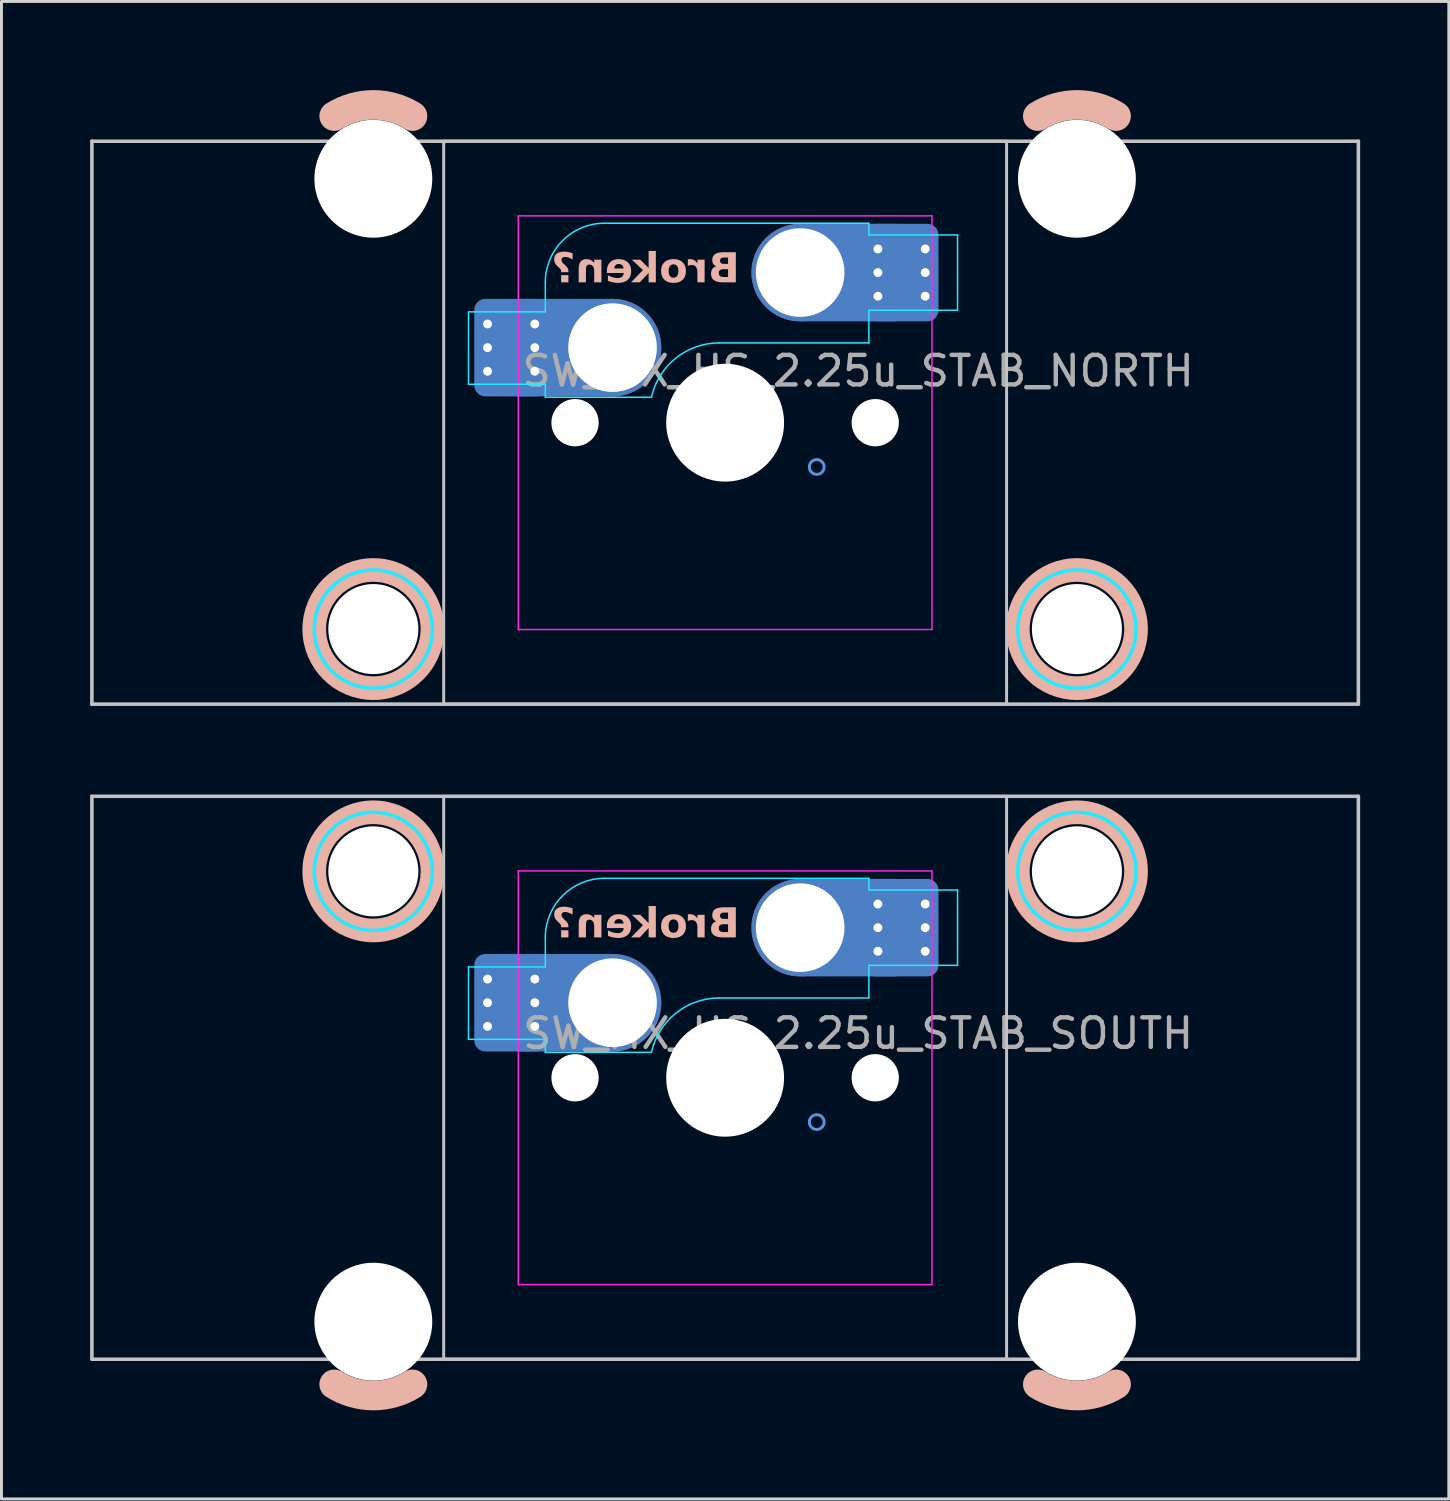
<source format=kicad_pcb>
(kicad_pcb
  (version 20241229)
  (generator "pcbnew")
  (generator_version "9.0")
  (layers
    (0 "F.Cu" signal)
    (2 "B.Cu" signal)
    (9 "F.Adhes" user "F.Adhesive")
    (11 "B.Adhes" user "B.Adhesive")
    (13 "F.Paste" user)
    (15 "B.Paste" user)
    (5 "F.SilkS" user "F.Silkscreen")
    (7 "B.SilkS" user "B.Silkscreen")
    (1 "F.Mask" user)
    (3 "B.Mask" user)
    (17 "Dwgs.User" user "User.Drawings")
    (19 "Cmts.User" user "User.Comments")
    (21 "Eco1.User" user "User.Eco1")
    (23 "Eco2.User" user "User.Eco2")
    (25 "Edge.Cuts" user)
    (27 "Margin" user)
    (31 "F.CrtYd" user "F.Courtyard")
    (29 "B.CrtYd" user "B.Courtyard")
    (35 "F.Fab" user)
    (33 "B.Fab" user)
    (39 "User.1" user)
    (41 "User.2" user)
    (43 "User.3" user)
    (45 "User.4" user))
  (footprint "SW_MX_HS_2.25u_STAB_SOUTH"
    (layer "F.Cu")
    (at 21.491 33.425)
    (property "Reference" "SW_MX_HS_2.25u_STAB_SOUTH" (at 4.5 -1.5 0) (layer "F.Fab") (effects (font (size 1 1) (thickness 0.15))))
    (attr smd)
    (fp_arc (start -10.581252 10.374995) (mid -11.90625 10.755) (end -13.231248 10.374995) (stroke (width 1) (type default)) (layer "B.SilkS"))
    (fp_arc (start 13.231248 10.374995) (mid 11.90625 10.755) (end 10.581252 10.374995) (stroke (width 1) (type default)) (layer "B.SilkS"))
    (fp_circle (center -11.906 -6.985) (end -13.906 -6.985) (stroke (width 0.8) (type solid)) (fill no) (layer "B.SilkS"))
    (fp_circle (center 11.906 -6.985) (end 9.906 -6.985) (stroke (width 0.8) (type solid)) (fill no) (layer "B.SilkS"))
    (fp_line (start -21.431 -9.525) (end -21.431 9.525) (stroke (width 0.12) (type solid)) (layer "Dwgs.User"))
    (fp_line (start -21.431 -9.525) (end 21.431 -9.525) (stroke (width 0.12) (type solid)) (layer "Dwgs.User"))
    (fp_line (start -21.431 9.525) (end 21.431 9.525) (stroke (width 0.12) (type solid)) (layer "Dwgs.User"))
    (fp_line (start 21.431 -9.525) (end 21.431 9.525) (stroke (width 0.12) (type solid)) (layer "Dwgs.User"))
    (fp_rect (start -9.525 -9.525) (end 9.525 9.525) (stroke (width 0.1) (type default)) (fill no) (layer "Dwgs.User"))
    (fp_circle (center -3.81 -2.54) (end -3.81 -3.04) (stroke (width 0.1) (type default)) (fill no) (layer "Cmts.User"))
    (fp_circle (center 2.54 -5.08) (end 2.54 -5.58) (stroke (width 0.1) (type default)) (fill no) (layer "Cmts.User"))
    (fp_circle (center 3.1 1.5) (end 3.35 1.5) (stroke (width 0.1) (type default)) (fill no) (layer "Cmts.User"))
    (fp_line (start -15.281 -5.5) (end -15.281 7.5) (stroke (width 0.05) (type solid)) (layer "Eco2.User"))
    (fp_line (start -14.781 -6) (end -9.031 -6) (stroke (width 0.05) (type solid)) (layer "Eco2.User"))
    (fp_line (start -14.781 8) (end -9.031 8) (stroke (width 0.05) (type solid)) (layer "Eco2.User"))
    (fp_line (start -8.531 -5.5) (end -8.531 7.5) (stroke (width 0.05) (type solid)) (layer "Eco2.User"))
    (fp_line (start -7 6.5) (end -7 -6.5) (stroke (width 0.05) (type solid)) (layer "Eco2.User"))
    (fp_line (start -6.5 -7) (end 6.5 -7) (stroke (width 0.05) (type solid)) (layer "Eco2.User"))
    (fp_line (start 6.5 7) (end -6.5 7) (stroke (width 0.05) (type solid)) (layer "Eco2.User"))
    (fp_line (start 7 -6.5) (end 7 6.5) (stroke (width 0.05) (type solid)) (layer "Eco2.User"))
    (fp_line (start 8.531 -5.5) (end 8.531 7.5) (stroke (width 0.05) (type solid)) (layer "Eco2.User"))
    (fp_line (start 9.031 -6) (end 14.78 -6) (stroke (width 0.05) (type solid)) (layer "Eco2.User"))
    (fp_line (start 9.031 8) (end 14.781 8) (stroke (width 0.05) (type solid)) (layer "Eco2.User"))
    (fp_line (start 15.28 -5.5) (end 15.281 7.5) (stroke (width 0.05) (type solid)) (layer "Eco2.User"))
    (fp_arc (start -15.28125 -5.499999) (mid -15.134803 -5.853552) (end -14.78125 -5.999999) (stroke (width 0.05) (type solid)) (layer "Eco2.User"))
    (fp_arc (start -14.78125 8.000001) (mid -15.134803 7.853554) (end -15.28125 7.500001) (stroke (width 0.05) (type solid)) (layer "Eco2.User"))
    (fp_arc (start -9.03125 -5.999999) (mid -8.677697 -5.853552) (end -8.53125 -5.499999) (stroke (width 0.05) (type solid)) (layer "Eco2.User"))
    (fp_arc (start -8.53125 7.500001) (mid -8.677697 7.853554) (end -9.03125 8.000001) (stroke (width 0.05) (type solid)) (layer "Eco2.User"))
    (fp_arc (start -7 -6.5) (mid -6.853553 -6.853553) (end -6.5 -7) (stroke (width 0.05) (type solid)) (layer "Eco2.User"))
    (fp_arc (start -6.5 7) (mid -6.853553 6.853553) (end -7 6.5) (stroke (width 0.05) (type solid)) (layer "Eco2.User"))
    (fp_arc (start 6.5 -7) (mid 6.853553 -6.853553) (end 7 -6.5) (stroke (width 0.05) (type solid)) (layer "Eco2.User"))
    (fp_arc (start 6.997236 6.498884) (mid 6.850805 6.852453) (end 6.497236 6.998884) (stroke (width 0.05) (type solid)) (layer "Eco2.User"))
    (fp_arc (start 8.53125 -5.499999) (mid 8.677685 -5.853564) (end 9.03125 -5.999999) (stroke (width 0.05) (type solid)) (layer "Eco2.User"))
    (fp_arc (start 9.03125 8.000001) (mid 8.677722 7.853529) (end 8.53125 7.500001) (stroke (width 0.05) (type solid)) (layer "Eco2.User"))
    (fp_arc (start 14.780039 -5.999999) (mid 15.133573 -5.853533) (end 15.280039 -5.499999) (stroke (width 0.05) (type solid)) (layer "Eco2.User"))
    (fp_arc (start 15.28125 7.500001) (mid 15.134813 7.853564) (end 14.78125 8.000001) (stroke (width 0.05) (type solid)) (layer "Eco2.User"))
    (fp_line (start -8.685 -3.75) (end -8.685 -1.3) (stroke (width 0.05) (type solid)) (layer "B.CrtYd"))
    (fp_line (start -8.685 -1.3) (end -6.085 -1.3) (stroke (width 0.05) (type solid)) (layer "B.CrtYd"))
    (fp_line (start -6.085 -3.75) (end -8.685 -3.75) (stroke (width 0.05) (type solid)) (layer "B.CrtYd"))
    (fp_line (start -6.085 -3.75) (end -6.085 -4.75) (stroke (width 0.05) (type solid)) (layer "B.CrtYd"))
    (fp_line (start -6.085 -1.3) (end -6.085 -0.86) (stroke (width 0.05) (type solid)) (layer "B.CrtYd"))
    (fp_line (start -6.085 -0.86) (end -2.494 -0.86) (stroke (width 0.05) (type solid)) (layer "B.CrtYd"))
    (fp_line (start -4.085 -6.75) (end 4.865 -6.75) (stroke (width 0.05) (type solid)) (layer "B.CrtYd"))
    (fp_line (start 4.865 -6.75) (end 4.865 -6.355) (stroke (width 0.05) (type solid)) (layer "B.CrtYd"))
    (fp_line (start 4.865 -6.355) (end 7.865 -6.355) (stroke (width 0.05) (type solid)) (layer "B.CrtYd"))
    (fp_line (start 4.865 -3.805) (end 4.865 -2.7) (stroke (width 0.05) (type solid)) (layer "B.CrtYd"))
    (fp_line (start 4.865 -3.805) (end 7.865 -3.805) (stroke (width 0.05) (type solid)) (layer "B.CrtYd"))
    (fp_line (start 4.865 -2.7) (end -0.2 -2.7) (stroke (width 0.05) (type solid)) (layer "B.CrtYd"))
    (fp_line (start 7.865 -3.805) (end 7.865 -6.355) (stroke (width 0.05) (type solid)) (layer "B.CrtYd"))
    (fp_arc (start -6.085176 -4.75022) (mid -5.49939 -6.164434) (end -4.085176 -6.75022) (stroke (width 0.05) (type solid)) (layer "B.CrtYd"))
    (fp_arc (start -2.494322 -0.86022) (mid -1.670503 -2.183399) (end -0.2 -2.70022) (stroke (width 0.05) (type solid)) (layer "B.CrtYd"))
    (fp_circle (center -11.906 -6.985) (end -9.906 -6.985) (stroke (width 0.12) (type solid)) (fill no) (layer "B.CrtYd"))
    (fp_circle (center 11.906 -6.985) (end 13.906 -6.985) (stroke (width 0.12) (type solid)) (fill no) (layer "B.CrtYd"))
    (fp_line (start -7 -7) (end -7 7) (stroke (width 0.05) (type solid)) (layer "F.CrtYd"))
    (fp_line (start -7 7) (end 7 7) (stroke (width 0.05) (type solid)) (layer "F.CrtYd"))
    (fp_line (start 7 -7) (end -7 -7) (stroke (width 0.05) (type solid)) (layer "F.CrtYd"))
    (fp_line (start 7 7) (end 7 -7) (stroke (width 0.05) (type solid)) (layer "F.CrtYd"))
    (fp_text user "Broken?" (at 0.49 -4.58 0) (unlocked yes) (layer "B.SilkS") (effects (font (face "Hitmo2.0") (size 1 1) (thickness 0.25) (bold yes)) (justify left bottom mirror)))
    (pad "" np_thru_hole circle (at -11.906 -6.985) (size 3.048 3.048) (drill 3.048) (layers "*.Cu" "*.Mask"))
    (pad "" np_thru_hole circle (at -11.906 8.255) (size 3.988 3.988) (drill 3.988) (layers "*.Cu" "*.Mask"))
    (pad "" np_thru_hole circle (at -5.08 0) (size 1.6 1.6) (drill 1.6) (layers "*.Cu" "*.Mask"))
    (pad "" np_thru_hole circle (at 0 0) (size 3.988 3.988) (drill 3.988) (layers "*.Cu" "*.Mask"))
    (pad "" np_thru_hole circle (at 5.08 0) (size 1.6 1.6) (drill 1.6) (layers "*.Cu" "*.Mask"))
    (pad "" np_thru_hole circle (at 11.906 -6.985) (size 3.048 3.048) (drill 3.048) (layers "*.Cu" "*.Mask"))
    (pad "" np_thru_hole circle (at 11.906 8.255) (size 3.988 3.988) (drill 3.988) (layers "*.Cu" "*.Mask"))
    (pad "1" thru_hole circle (at -8.041 -3.34 180) (size 0.6 0.6) (drill 0.3) (layers "*.Cu"))
    (pad "1" thru_hole circle (at -8.041 -2.54 180) (size 0.6 0.6) (drill 0.3) (layers "*.Cu"))
    (pad "1" thru_hole circle (at -8.041 -1.74 180) (size 0.6 0.6) (drill 0.3) (layers "*.Cu"))
    (pad "1" smd roundrect (at -7.241 -2.54 180) (size 2.2 3) (layers "B.Cu" "B.Mask" "B.Paste") (roundrect_rratio 0.114))
    (pad "1" smd roundrect (at -7.241 -2.54 180) (size 2.5 3.3) (layers "B.Cu") (roundrect_rratio 0.148))
    (pad "1" thru_hole circle (at -6.441 -3.34 180) (size 0.6 0.6) (drill 0.3) (layers "*.Cu"))
    (pad "1" thru_hole circle (at -6.441 -2.54 180) (size 0.6 0.6) (drill 0.3) (layers "*.Cu"))
    (pad "1" thru_hole circle (at -6.441 -1.74 180) (size 0.6 0.6) (drill 0.3) (layers "*.Cu"))
    (pad "1" smd rect (at -5.423 -2.54 180) (size 3.226 3.3) (layers "B.Cu"))
    (pad "1" thru_hole circle (at -3.81 -2.54 180) (size 3 3) (drill 3) (layers "*.Cu" "*.Mask"))
    (pad "1" smd circle (at -3.81 -2.54 180) (size 3.3 3.3) (layers "F.Cu"))
    (pad "1" smd circle (at -3.81 -2.54 180) (size 3.3 3.3) (layers "B.Cu"))
    (pad "2" thru_hole circle (at 2.54 -5.08) (size 3 3) (drill 3) (layers "*.Cu" "*.Mask"))
    (pad "2" smd circle (at 2.54 -5.08 180) (size 3.3 3.3) (layers "F.Cu"))
    (pad "2" smd circle (at 2.54 -5.08 180) (size 3.3 3.3) (layers "B.Cu"))
    (pad "2" smd rect (at 4.201 -5.08) (size 3.226 3.3) (layers "B.Cu"))
    (pad "2" thru_hole circle (at 5.171 -5.88) (size 0.6 0.6) (drill 0.3) (layers "*.Cu"))
    (pad "2" thru_hole circle (at 5.171 -5.08) (size 0.6 0.6) (drill 0.3) (layers "*.Cu"))
    (pad "2" thru_hole circle (at 5.171 -4.28) (size 0.6 0.6) (drill 0.3) (layers "*.Cu"))
    (pad "2" smd roundrect (at 5.971 -5.08) (size 2.2 3) (layers "B.Cu" "B.Mask" "B.Paste") (roundrect_rratio 0.114))
    (pad "2" smd roundrect (at 5.971 -5.08) (size 2.5 3.3) (layers "B.Cu") (roundrect_rratio 0.148))
    (pad "2" thru_hole circle (at 6.771 -5.88) (size 0.6 0.6) (drill 0.3) (layers "*.Cu"))
    (pad "2" thru_hole circle (at 6.771 -5.08) (size 0.6 0.6) (drill 0.3) (layers "*.Cu"))
    (pad "2" thru_hole circle (at 6.771 -4.28) (size 0.6 0.6) (drill 0.3) (layers "*.Cu")))
  (footprint "SW_MX_HS_2.25u_STAB_NORTH"
    (layer "F.Cu")
    (at 21.491 11.255)
    (property "Reference" "SW_MX_HS_2.25u_STAB_NORTH" (at 4.5 -1.75 0) (layer "F.Fab") (effects (font (size 1 1) (thickness 0.15))))
    (attr smd)
    (fp_arc (start -13.231248 -10.374995) (mid -11.90625 -10.755) (end -10.581252 -10.374995) (stroke (width 1) (type default)) (layer "B.SilkS"))
    (fp_arc (start 10.581252 -10.374995) (mid 11.90625 -10.755) (end 13.231248 -10.374995) (stroke (width 1) (type default)) (layer "B.SilkS"))
    (fp_circle (center -11.906 6.985) (end -9.906 6.985) (stroke (width 0.8) (type solid)) (fill no) (layer "B.SilkS"))
    (fp_circle (center 11.906 6.985) (end 13.906 6.985) (stroke (width 0.8) (type solid)) (fill no) (layer "B.SilkS"))
    (fp_line (start -21.431 9.525) (end -21.431 -9.525) (stroke (width 0.12) (type solid)) (layer "Dwgs.User"))
    (fp_line (start 21.431 -9.525) (end -21.431 -9.525) (stroke (width 0.12) (type solid)) (layer "Dwgs.User"))
    (fp_line (start 21.431 9.525) (end -21.431 9.525) (stroke (width 0.12) (type solid)) (layer "Dwgs.User"))
    (fp_line (start 21.431 9.525) (end 21.431 -9.525) (stroke (width 0.12) (type solid)) (layer "Dwgs.User"))
    (fp_rect (start -9.525 -9.525) (end 9.525 9.525) (stroke (width 0.1) (type default)) (fill no) (layer "Dwgs.User"))
    (fp_circle (center -3.81 -2.54) (end -3.81 -3.04) (stroke (width 0.1) (type default)) (fill no) (layer "Cmts.User"))
    (fp_circle (center 2.54 -5.08) (end 2.54 -5.58) (stroke (width 0.1) (type default)) (fill no) (layer "Cmts.User"))
    (fp_circle (center 3.1 1.5) (end 3.35 1.5) (stroke (width 0.1) (type default)) (fill no) (layer "Cmts.User"))
    (fp_line (start -15.28 5.5) (end -15.281 -7.5) (stroke (width 0.05) (type solid)) (layer "Eco2.User"))
    (fp_line (start -9.031 -8) (end -14.781 -8) (stroke (width 0.05) (type solid)) (layer "Eco2.User"))
    (fp_line (start -9.031 6) (end -14.78 6) (stroke (width 0.05) (type solid)) (layer "Eco2.User"))
    (fp_line (start -8.531 5.5) (end -8.531 -7.5) (stroke (width 0.05) (type solid)) (layer "Eco2.User"))
    (fp_line (start -7 6.5) (end -7 -6.5) (stroke (width 0.05) (type solid)) (layer "Eco2.User"))
    (fp_line (start -6.5 -7) (end 6.5 -7) (stroke (width 0.05) (type solid)) (layer "Eco2.User"))
    (fp_line (start 6.5 7) (end -6.5 7) (stroke (width 0.05) (type solid)) (layer "Eco2.User"))
    (fp_line (start 7 -6.5) (end 7 6.5) (stroke (width 0.05) (type solid)) (layer "Eco2.User"))
    (fp_line (start 8.531 5.5) (end 8.531 -7.5) (stroke (width 0.05) (type solid)) (layer "Eco2.User"))
    (fp_line (start 14.781 -8) (end 9.031 -8) (stroke (width 0.05) (type solid)) (layer "Eco2.User"))
    (fp_line (start 14.781 6) (end 9.031 6) (stroke (width 0.05) (type solid)) (layer "Eco2.User"))
    (fp_line (start 15.281 5.5) (end 15.281 -7.5) (stroke (width 0.05) (type solid)) (layer "Eco2.User"))
    (fp_arc (start -15.28125 -7.500001) (mid -15.134813 -7.853564) (end -14.78125 -8.000001) (stroke (width 0.05) (type solid)) (layer "Eco2.User"))
    (fp_arc (start -14.780039 5.999999) (mid -15.133573 5.853533) (end -15.280039 5.499999) (stroke (width 0.05) (type solid)) (layer "Eco2.User"))
    (fp_arc (start -9.03125 -8.000001) (mid -8.677722 -7.853529) (end -8.53125 -7.500001) (stroke (width 0.05) (type solid)) (layer "Eco2.User"))
    (fp_arc (start -8.53125 5.499999) (mid -8.677685 5.853564) (end -9.03125 5.999999) (stroke (width 0.05) (type solid)) (layer "Eco2.User"))
    (fp_arc (start -7 -6.5) (mid -6.853553 -6.853553) (end -6.5 -7) (stroke (width 0.05) (type solid)) (layer "Eco2.User"))
    (fp_arc (start -6.5 7) (mid -6.853553 6.853553) (end -7 6.5) (stroke (width 0.05) (type solid)) (layer "Eco2.User"))
    (fp_arc (start 6.5 -7) (mid 6.853553 -6.853553) (end 7 -6.5) (stroke (width 0.05) (type solid)) (layer "Eco2.User"))
    (fp_arc (start 6.997236 6.498884) (mid 6.850805 6.852453) (end 6.497236 6.998884) (stroke (width 0.05) (type solid)) (layer "Eco2.User"))
    (fp_arc (start 8.53125 -7.500001) (mid 8.677697 -7.853554) (end 9.03125 -8.000001) (stroke (width 0.05) (type solid)) (layer "Eco2.User"))
    (fp_arc (start 9.03125 5.999999) (mid 8.677697 5.853552) (end 8.53125 5.499999) (stroke (width 0.05) (type solid)) (layer "Eco2.User"))
    (fp_arc (start 14.78125 -8.000001) (mid 15.134803 -7.853554) (end 15.28125 -7.500001) (stroke (width 0.05) (type solid)) (layer "Eco2.User"))
    (fp_arc (start 15.28125 5.499999) (mid 15.134803 5.853552) (end 14.78125 5.999999) (stroke (width 0.05) (type solid)) (layer "Eco2.User"))
    (fp_line (start -8.685 -3.75) (end -8.685 -1.3) (stroke (width 0.05) (type solid)) (layer "B.CrtYd"))
    (fp_line (start -8.685 -1.3) (end -6.085 -1.3) (stroke (width 0.05) (type solid)) (layer "B.CrtYd"))
    (fp_line (start -6.085 -3.75) (end -8.685 -3.75) (stroke (width 0.05) (type solid)) (layer "B.CrtYd"))
    (fp_line (start -6.085 -3.75) (end -6.085 -4.75) (stroke (width 0.05) (type solid)) (layer "B.CrtYd"))
    (fp_line (start -6.085 -1.3) (end -6.085 -0.86) (stroke (width 0.05) (type solid)) (layer "B.CrtYd"))
    (fp_line (start -6.085 -0.86) (end -2.494 -0.86) (stroke (width 0.05) (type solid)) (layer "B.CrtYd"))
    (fp_line (start -4.085 -6.75) (end 4.865 -6.75) (stroke (width 0.05) (type solid)) (layer "B.CrtYd"))
    (fp_line (start 4.865 -6.75) (end 4.865 -6.355) (stroke (width 0.05) (type solid)) (layer "B.CrtYd"))
    (fp_line (start 4.865 -6.355) (end 7.865 -6.355) (stroke (width 0.05) (type solid)) (layer "B.CrtYd"))
    (fp_line (start 4.865 -3.805) (end 4.865 -2.7) (stroke (width 0.05) (type solid)) (layer "B.CrtYd"))
    (fp_line (start 4.865 -3.805) (end 7.865 -3.805) (stroke (width 0.05) (type solid)) (layer "B.CrtYd"))
    (fp_line (start 4.865 -2.7) (end -0.2 -2.7) (stroke (width 0.05) (type solid)) (layer "B.CrtYd"))
    (fp_line (start 7.865 -3.805) (end 7.865 -6.355) (stroke (width 0.05) (type solid)) (layer "B.CrtYd"))
    (fp_arc (start -6.085176 -4.75022) (mid -5.49939 -6.164434) (end -4.085176 -6.75022) (stroke (width 0.05) (type solid)) (layer "B.CrtYd"))
    (fp_arc (start -2.494322 -0.86022) (mid -1.670503 -2.183399) (end -0.2 -2.70022) (stroke (width 0.05) (type solid)) (layer "B.CrtYd"))
    (fp_circle (center -11.906 6.985) (end -13.906 6.985) (stroke (width 0.12) (type solid)) (fill no) (layer "B.CrtYd"))
    (fp_circle (center 11.906 6.985) (end 9.906 6.985) (stroke (width 0.12) (type solid)) (fill no) (layer "B.CrtYd"))
    (fp_line (start -7 -7) (end -7 7) (stroke (width 0.05) (type solid)) (layer "F.CrtYd"))
    (fp_line (start -7 7) (end 7 7) (stroke (width 0.05) (type solid)) (layer "F.CrtYd"))
    (fp_line (start 7 -7) (end -7 -7) (stroke (width 0.05) (type solid)) (layer "F.CrtYd"))
    (fp_line (start 7 7) (end 7 -7) (stroke (width 0.05) (type solid)) (layer "F.CrtYd"))
    (fp_text user "Broken?" (at 0.49 -4.58 0) (unlocked yes) (layer "B.SilkS") (effects (font (face "Hitmo2.0") (size 1 1) (thickness 0.25) (bold yes)) (justify left bottom mirror)))
    (pad "" np_thru_hole circle (at -11.906 -8.255 180) (size 3.988 3.988) (drill 3.988) (layers "*.Cu" "*.Mask"))
    (pad "" np_thru_hole circle (at -11.906 6.985 180) (size 3.048 3.048) (drill 3.048) (layers "*.Cu" "*.Mask"))
    (pad "" np_thru_hole circle (at -5.08 0) (size 1.6 1.6) (drill 1.6) (layers "*.Cu" "*.Mask"))
    (pad "" np_thru_hole circle (at 0 0) (size 3.988 3.988) (drill 3.988) (layers "*.Cu" "*.Mask"))
    (pad "" np_thru_hole circle (at 5.08 0) (size 1.6 1.6) (drill 1.6) (layers "*.Cu" "*.Mask"))
    (pad "" np_thru_hole circle (at 11.906 -8.255 180) (size 3.988 3.988) (drill 3.988) (layers "*.Cu" "*.Mask"))
    (pad "" np_thru_hole circle (at 11.906 6.985 180) (size 3.048 3.048) (drill 3.048) (layers "*.Cu" "*.Mask"))
    (pad "1" thru_hole circle (at -8.041 -3.34 180) (size 0.6 0.6) (drill 0.3) (layers "*.Cu"))
    (pad "1" thru_hole circle (at -8.041 -2.54 180) (size 0.6 0.6) (drill 0.3) (layers "*.Cu"))
    (pad "1" thru_hole circle (at -8.041 -1.74 180) (size 0.6 0.6) (drill 0.3) (layers "*.Cu"))
    (pad "1" smd roundrect (at -7.241 -2.54 180) (size 2.2 3) (layers "B.Cu" "B.Mask" "B.Paste") (roundrect_rratio 0.114))
    (pad "1" smd roundrect (at -7.241 -2.54 180) (size 2.5 3.3) (layers "B.Cu") (roundrect_rratio 0.148))
    (pad "1" thru_hole circle (at -6.441 -3.34 180) (size 0.6 0.6) (drill 0.3) (layers "*.Cu"))
    (pad "1" thru_hole circle (at -6.441 -2.54 180) (size 0.6 0.6) (drill 0.3) (layers "*.Cu"))
    (pad "1" thru_hole circle (at -6.441 -1.74 180) (size 0.6 0.6) (drill 0.3) (layers "*.Cu"))
    (pad "1" smd rect (at -5.423 -2.54 180) (size 3.226 3.3) (layers "B.Cu"))
    (pad "1" thru_hole circle (at -3.81 -2.54 180) (size 3 3) (drill 3) (layers "*.Cu" "*.Mask"))
    (pad "1" smd circle (at -3.81 -2.54 180) (size 3.3 3.3) (layers "F.Cu"))
    (pad "1" smd circle (at -3.81 -2.54 180) (size 3.3 3.3) (layers "B.Cu"))
    (pad "2" thru_hole circle (at 2.54 -5.08) (size 3 3) (drill 3) (layers "*.Cu" "*.Mask"))
    (pad "2" smd circle (at 2.54 -5.08 180) (size 3.3 3.3) (layers "F.Cu"))
    (pad "2" smd circle (at 2.54 -5.08 180) (size 3.3 3.3) (layers "B.Cu"))
    (pad "2" smd rect (at 4.201 -5.08) (size 3.226 3.3) (layers "B.Cu"))
    (pad "2" thru_hole circle (at 5.171 -5.88) (size 0.6 0.6) (drill 0.3) (layers "*.Cu"))
    (pad "2" thru_hole circle (at 5.171 -5.08) (size 0.6 0.6) (drill 0.3) (layers "*.Cu"))
    (pad "2" thru_hole circle (at 5.171 -4.28) (size 0.6 0.6) (drill 0.3) (layers "*.Cu"))
    (pad "2" smd roundrect (at 5.971 -5.08) (size 2.2 3) (layers "B.Cu" "B.Mask" "B.Paste") (roundrect_rratio 0.114))
    (pad "2" smd roundrect (at 5.971 -5.08) (size 2.5 3.3) (layers "B.Cu") (roundrect_rratio 0.148))
    (pad "2" thru_hole circle (at 6.771 -5.88) (size 0.6 0.6) (drill 0.3) (layers "*.Cu"))
    (pad "2" thru_hole circle (at 6.771 -5.08) (size 0.6 0.6) (drill 0.3) (layers "*.Cu"))
    (pad "2" thru_hole circle (at 6.771 -4.28) (size 0.6 0.6) (drill 0.3) (layers "*.Cu")))
  (gr_rect
    (start -3 -3)
    (end 45.983 47.68)
    (stroke (width 0.1) (type default))
    (fill no)
    (layer "Edge.Cuts")))
</source>
